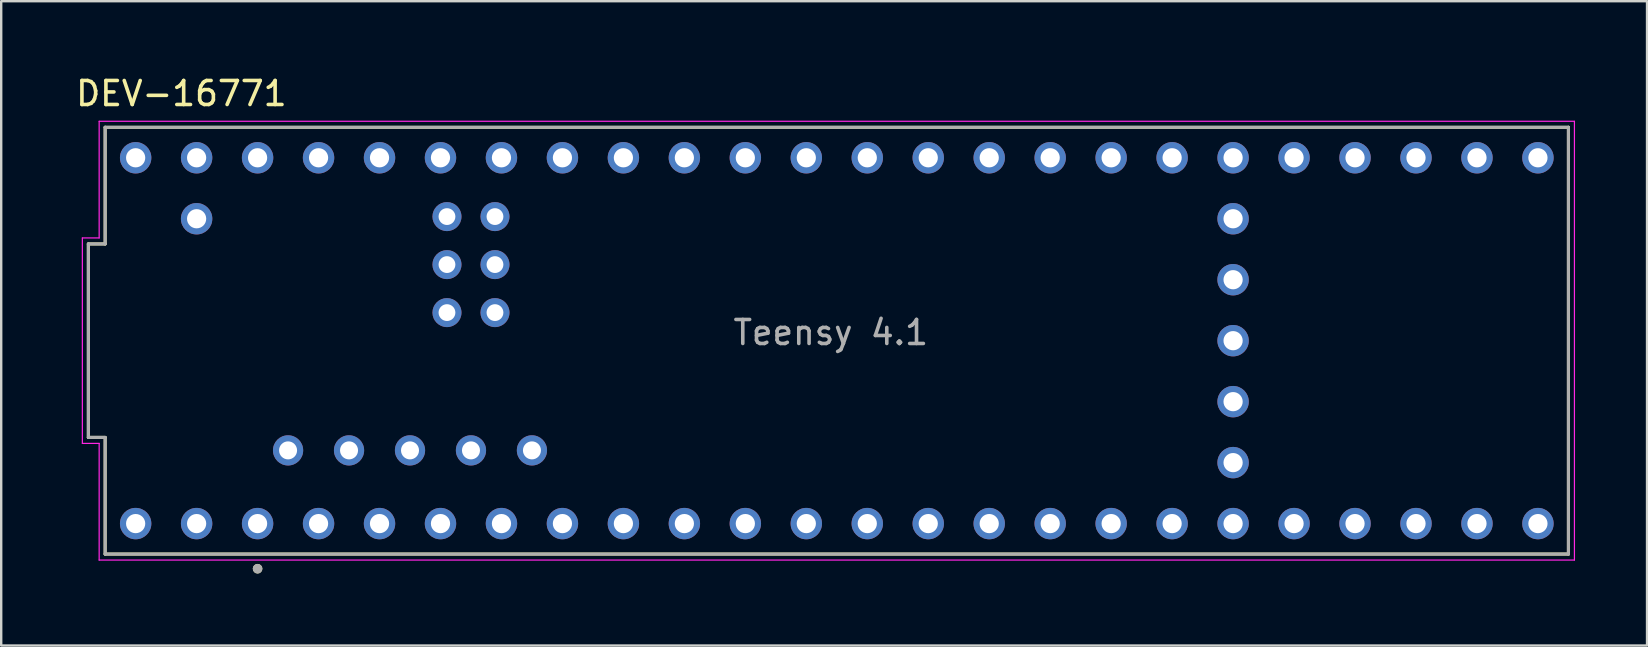
<source format=kicad_pcb>
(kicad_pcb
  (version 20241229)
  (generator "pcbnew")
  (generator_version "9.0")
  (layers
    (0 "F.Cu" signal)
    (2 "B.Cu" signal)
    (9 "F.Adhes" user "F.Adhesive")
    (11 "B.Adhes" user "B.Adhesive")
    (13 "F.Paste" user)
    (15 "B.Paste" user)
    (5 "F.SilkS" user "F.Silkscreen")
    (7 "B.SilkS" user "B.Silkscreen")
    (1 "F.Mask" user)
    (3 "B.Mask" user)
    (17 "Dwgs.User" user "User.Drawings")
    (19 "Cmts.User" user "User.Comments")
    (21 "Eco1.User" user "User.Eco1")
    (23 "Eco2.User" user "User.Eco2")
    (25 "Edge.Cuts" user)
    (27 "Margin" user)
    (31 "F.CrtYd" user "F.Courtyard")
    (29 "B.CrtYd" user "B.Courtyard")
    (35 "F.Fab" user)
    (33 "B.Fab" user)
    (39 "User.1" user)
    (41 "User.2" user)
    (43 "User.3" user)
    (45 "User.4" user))
  (footprint "DEV-16771"
    (layer "F.Cu")
    (at 31.811 11.143)
    (property "Reference" "DEV-16771" (at -27.305 -10.295 0) (layer "F.SilkS") (effects (font (size 1 1) (thickness 0.15))))
    (attr through_hole)
    (fp_line (start -31.18 4.03) (end -31.18 -4.03) (stroke (width 0.127) (type solid)) (layer "F.SilkS"))
    (fp_line (start -30.48 -8.89) (end -30.48 -4.03) (stroke (width 0.127) (type solid)) (layer "F.SilkS"))
    (fp_line (start -30.48 -8.89) (end 30.48 -8.89) (stroke (width 0.127) (type solid)) (layer "F.SilkS"))
    (fp_line (start -30.48 -4.03) (end -31.18 -4.03) (stroke (width 0.127) (type solid)) (layer "F.SilkS"))
    (fp_line (start -30.48 4.03) (end -31.18 4.03) (stroke (width 0.127) (type solid)) (layer "F.SilkS"))
    (fp_line (start -30.48 8.89) (end -30.48 4.03) (stroke (width 0.127) (type solid)) (layer "F.SilkS"))
    (fp_line (start 30.48 -8.89) (end 30.48 8.89) (stroke (width 0.127) (type solid)) (layer "F.SilkS"))
    (fp_line (start 30.48 8.89) (end -30.48 8.89) (stroke (width 0.127) (type solid)) (layer "F.SilkS"))
    (fp_circle (center -24.13 9.5) (end -24.03 9.5) (stroke (width 0.2) (type solid)) (fill no) (layer "F.SilkS"))
    (fp_line (start -31.43 4.28) (end -31.43 -4.28) (stroke (width 0.05) (type solid)) (layer "F.CrtYd"))
    (fp_line (start -30.73 -9.14) (end -30.73 -4.28) (stroke (width 0.05) (type solid)) (layer "F.CrtYd"))
    (fp_line (start -30.73 -9.14) (end 30.73 -9.14) (stroke (width 0.05) (type solid)) (layer "F.CrtYd"))
    (fp_line (start -30.73 -4.28) (end -31.43 -4.28) (stroke (width 0.05) (type solid)) (layer "F.CrtYd"))
    (fp_line (start -30.73 4.28) (end -31.43 4.28) (stroke (width 0.05) (type solid)) (layer "F.CrtYd"))
    (fp_line (start -30.73 9.14) (end -30.73 4.28) (stroke (width 0.05) (type solid)) (layer "F.CrtYd"))
    (fp_line (start 30.73 -9.14) (end 30.73 9.14) (stroke (width 0.05) (type solid)) (layer "F.CrtYd"))
    (fp_line (start 30.73 9.14) (end -30.73 9.14) (stroke (width 0.05) (type solid)) (layer "F.CrtYd"))
    (fp_line (start -31.18 4.03) (end -31.18 -4.03) (stroke (width 0.127) (type solid)) (layer "F.Fab"))
    (fp_line (start -30.48 -8.89) (end -30.48 -4.03) (stroke (width 0.127) (type solid)) (layer "F.Fab"))
    (fp_line (start -30.48 -8.89) (end 30.48 -8.89) (stroke (width 0.127) (type solid)) (layer "F.Fab"))
    (fp_line (start -30.48 -4.03) (end -31.18 -4.03) (stroke (width 0.127) (type solid)) (layer "F.Fab"))
    (fp_line (start -30.48 4.03) (end -31.18 4.03) (stroke (width 0.127) (type solid)) (layer "F.Fab"))
    (fp_line (start -30.48 8.89) (end -30.48 4.03) (stroke (width 0.127) (type solid)) (layer "F.Fab"))
    (fp_line (start 30.48 -8.89) (end 30.48 8.89) (stroke (width 0.127) (type solid)) (layer "F.Fab"))
    (fp_line (start 30.48 8.89) (end -30.48 8.89) (stroke (width 0.127) (type solid)) (layer "F.Fab"))
    (fp_circle (center -24.13 9.5) (end -24.03 9.5) (stroke (width 0.2) (type solid)) (fill no) (layer "F.Fab"))
    (fp_text user "Teensy 4.1" (at -0.25 -0.34 0) (layer "F.Fab") (effects (font (size 1 1) (thickness 0.15))))
    (pad "0" thru_hole circle (at -26.67 7.62) (size 1.308 1.308) (drill 0.8) (layers "*.Cu" "*.Mask"))
    (pad "1" thru_hole circle (at -24.13 7.62) (size 1.308 1.308) (drill 0.8) (layers "*.Cu" "*.Mask"))
    (pad "2" thru_hole circle (at -21.59 7.62) (size 1.308 1.308) (drill 0.8) (layers "*.Cu" "*.Mask"))
    (pad "3" thru_hole circle (at -19.05 7.62) (size 1.308 1.308) (drill 0.8) (layers "*.Cu" "*.Mask"))
    (pad "3.3V_1" thru_hole circle (at 6.35 7.62) (size 1.308 1.308) (drill 0.8) (layers "*.Cu" "*.Mask"))
    (pad "3.3V_2" thru_hole circle (at -24.13 -7.62) (size 1.308 1.308) (drill 0.8) (layers "*.Cu" "*.Mask"))
    (pad "3.3V_3" thru_hole circle (at 16.51 2.54) (size 1.308 1.308) (drill 0.8) (layers "*.Cu" "*.Mask"))
    (pad "4" thru_hole circle (at -16.51 7.62) (size 1.308 1.308) (drill 0.8) (layers "*.Cu" "*.Mask"))
    (pad "5" thru_hole circle (at -13.97 7.62) (size 1.308 1.308) (drill 0.8) (layers "*.Cu" "*.Mask"))
    (pad "5V" thru_hole circle (at -22.86 4.57) (size 1.258 1.258) (drill 0.75) (layers "*.Cu" "*.Mask"))
    (pad "6" thru_hole circle (at -11.43 7.62) (size 1.308 1.308) (drill 0.8) (layers "*.Cu" "*.Mask"))
    (pad "7" thru_hole circle (at -8.89 7.62) (size 1.308 1.308) (drill 0.8) (layers "*.Cu" "*.Mask"))
    (pad "8" thru_hole circle (at -6.35 7.62) (size 1.308 1.308) (drill 0.8) (layers "*.Cu" "*.Mask"))
    (pad "9" thru_hole circle (at -3.81 7.62) (size 1.308 1.308) (drill 0.8) (layers "*.Cu" "*.Mask"))
    (pad "10" thru_hole circle (at -1.27 7.62) (size 1.308 1.308) (drill 0.8) (layers "*.Cu" "*.Mask"))
    (pad "11" thru_hole circle (at 1.27 7.62) (size 1.308 1.308) (drill 0.8) (layers "*.Cu" "*.Mask"))
    (pad "12" thru_hole circle (at 3.81 7.62) (size 1.308 1.308) (drill 0.8) (layers "*.Cu" "*.Mask"))
    (pad "13" thru_hole circle (at 3.81 -7.62) (size 1.308 1.308) (drill 0.8) (layers "*.Cu" "*.Mask"))
    (pad "14" thru_hole circle (at 1.27 -7.62) (size 1.308 1.308) (drill 0.8) (layers "*.Cu" "*.Mask"))
    (pad "15" thru_hole circle (at -1.27 -7.62) (size 1.308 1.308) (drill 0.8) (layers "*.Cu" "*.Mask"))
    (pad "16" thru_hole circle (at -3.81 -7.62) (size 1.308 1.308) (drill 0.8) (layers "*.Cu" "*.Mask"))
    (pad "17" thru_hole circle (at -6.35 -7.62) (size 1.308 1.308) (drill 0.8) (layers "*.Cu" "*.Mask"))
    (pad "18" thru_hole circle (at -8.89 -7.62) (size 1.308 1.308) (drill 0.8) (layers "*.Cu" "*.Mask"))
    (pad "19" thru_hole circle (at -11.43 -7.62) (size 1.308 1.308) (drill 0.8) (layers "*.Cu" "*.Mask"))
    (pad "20" thru_hole circle (at -13.97 -7.62) (size 1.308 1.308) (drill 0.8) (layers "*.Cu" "*.Mask"))
    (pad "21" thru_hole circle (at -16.51 -7.62) (size 1.308 1.308) (drill 0.8) (layers "*.Cu" "*.Mask"))
    (pad "22" thru_hole circle (at -19.05 -7.62) (size 1.308 1.308) (drill 0.8) (layers "*.Cu" "*.Mask"))
    (pad "23" thru_hole circle (at -21.59 -7.62) (size 1.308 1.308) (drill 0.8) (layers "*.Cu" "*.Mask"))
    (pad "24" thru_hole circle (at 8.89 7.62) (size 1.308 1.308) (drill 0.8) (layers "*.Cu" "*.Mask"))
    (pad "25" thru_hole circle (at 11.43 7.62) (size 1.308 1.308) (drill 0.8) (layers "*.Cu" "*.Mask"))
    (pad "26" thru_hole circle (at 13.97 7.62) (size 1.308 1.308) (drill 0.8) (layers "*.Cu" "*.Mask"))
    (pad "27" thru_hole circle (at 16.51 7.62) (size 1.308 1.308) (drill 0.8) (layers "*.Cu" "*.Mask"))
    (pad "28" thru_hole circle (at 19.05 7.62) (size 1.308 1.308) (drill 0.8) (layers "*.Cu" "*.Mask"))
    (pad "29" thru_hole circle (at 21.59 7.62) (size 1.308 1.308) (drill 0.8) (layers "*.Cu" "*.Mask"))
    (pad "30" thru_hole circle (at 24.13 7.62) (size 1.308 1.308) (drill 0.8) (layers "*.Cu" "*.Mask"))
    (pad "31" thru_hole circle (at 26.67 7.62) (size 1.308 1.308) (drill 0.8) (layers "*.Cu" "*.Mask"))
    (pad "32" thru_hole circle (at 29.21 7.62) (size 1.308 1.308) (drill 0.8) (layers "*.Cu" "*.Mask"))
    (pad "33" thru_hole circle (at 29.21 -7.62) (size 1.308 1.308) (drill 0.8) (layers "*.Cu" "*.Mask"))
    (pad "34" thru_hole circle (at 26.67 -7.62) (size 1.308 1.308) (drill 0.8) (layers "*.Cu" "*.Mask"))
    (pad "35" thru_hole circle (at 24.13 -7.62) (size 1.308 1.308) (drill 0.8) (layers "*.Cu" "*.Mask"))
    (pad "36" thru_hole circle (at 21.59 -7.62) (size 1.308 1.308) (drill 0.8) (layers "*.Cu" "*.Mask"))
    (pad "37" thru_hole circle (at 19.05 -7.62) (size 1.308 1.308) (drill 0.8) (layers "*.Cu" "*.Mask"))
    (pad "38" thru_hole circle (at 16.51 -7.62) (size 1.308 1.308) (drill 0.8) (layers "*.Cu" "*.Mask"))
    (pad "39" thru_hole circle (at 13.97 -7.62) (size 1.308 1.308) (drill 0.8) (layers "*.Cu" "*.Mask"))
    (pad "40" thru_hole circle (at 11.43 -7.62) (size 1.308 1.308) (drill 0.8) (layers "*.Cu" "*.Mask"))
    (pad "41" thru_hole circle (at 8.89 -7.62) (size 1.308 1.308) (drill 0.8) (layers "*.Cu" "*.Mask"))
    (pad "D+" thru_hole circle (at -17.78 4.57) (size 1.258 1.258) (drill 0.75) (layers "*.Cu" "*.Mask"))
    (pad "D-" thru_hole circle (at -20.32 4.57) (size 1.258 1.258) (drill 0.75) (layers "*.Cu" "*.Mask"))
    (pad "GND1" thru_hole circle (at -29.21 7.62) (size 1.308 1.308) (drill 0.8) (layers "*.Cu" "*.Mask"))
    (pad "GND2" thru_hole circle (at 6.35 -7.62) (size 1.308 1.308) (drill 0.8) (layers "*.Cu" "*.Mask"))
    (pad "GND3" thru_hole circle (at -26.67 -7.62) (size 1.308 1.308) (drill 0.8) (layers "*.Cu" "*.Mask"))
    (pad "GND4" thru_hole circle (at 16.51 0) (size 1.308 1.308) (drill 0.8) (layers "*.Cu" "*.Mask"))
    (pad "GND5" thru_hole circle (at -14.24 -3.17) (size 1.208 1.208) (drill 0.7) (layers "*.Cu" "*.Mask"))
    (pad "LED" thru_hole circle (at -16.24 -3.17) (size 1.208 1.208) (drill 0.7) (layers "*.Cu" "*.Mask"))
    (pad "ON/OFF" thru_hole circle (at 16.51 -5.08) (size 1.308 1.308) (drill 0.8) (layers "*.Cu" "*.Mask"))
    (pad "PROGRAM" thru_hole circle (at 16.51 -2.54) (size 1.308 1.308) (drill 0.8) (layers "*.Cu" "*.Mask"))
    (pad "R+" thru_hole circle (at -16.24 -5.17) (size 1.208 1.208) (drill 0.7) (layers "*.Cu" "*.Mask"))
    (pad "R-" thru_hole circle (at -14.24 -5.17) (size 1.208 1.208) (drill 0.7) (layers "*.Cu" "*.Mask"))
    (pad "T+" thru_hole circle (at -14.24 -1.17) (size 1.208 1.208) (drill 0.7) (layers "*.Cu" "*.Mask"))
    (pad "T-" thru_hole circle (at -16.24 -1.17) (size 1.208 1.208) (drill 0.7) (layers "*.Cu" "*.Mask"))
    (pad "USB_GND1" thru_hole circle (at -15.24 4.57) (size 1.258 1.258) (drill 0.75) (layers "*.Cu" "*.Mask"))
    (pad "USB_GND2" thru_hole circle (at -12.7 4.57) (size 1.258 1.258) (drill 0.75) (layers "*.Cu" "*.Mask"))
    (pad "VBAT" thru_hole circle (at 16.51 5.08) (size 1.308 1.308) (drill 0.8) (layers "*.Cu" "*.Mask"))
    (pad "VIN" thru_hole circle (at -29.21 -7.62) (size 1.308 1.308) (drill 0.8) (layers "*.Cu" "*.Mask"))
    (pad "VUSB" thru_hole circle (at -26.67 -5.08) (size 1.308 1.308) (drill 0.8) (layers "*.Cu" "*.Mask")))
  (gr_rect
    (start -3 -3)
    (end 65.566 23.843)
    (stroke (width 0.1) (type default))
    (fill no)
    (layer "Edge.Cuts")))
</source>
